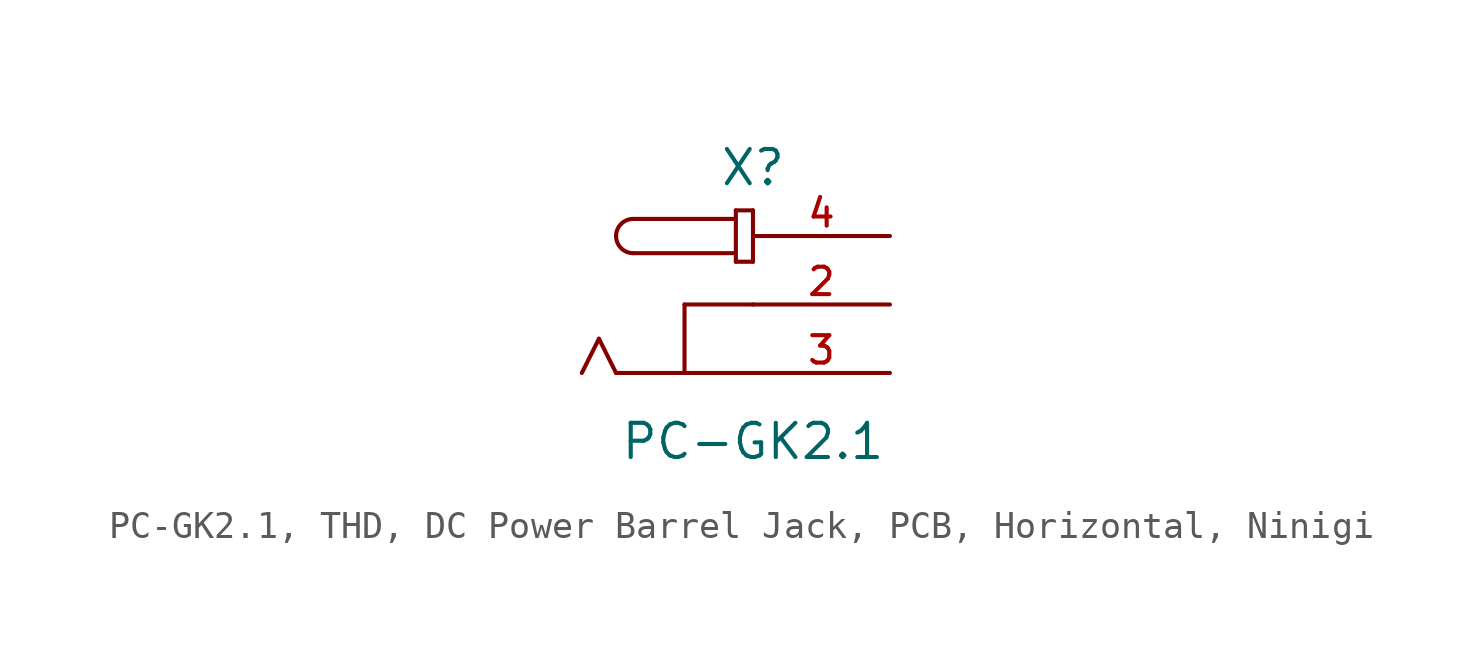
<source format=kicad_sym>
(kicad_symbol_lib
  (version 20241209)
  (generator "kicad_symbol_editor")
  (generator_version "9.0")
  (symbol "PC-GK2.1, THD, DC Power Barrel Jack, PCB, Horizontal, Ninigi"
    (pin_names
      (offset 0.254))
    (property "Reference" "X"
      (at 0 5.08 0)
      (effects (font (size 1.27 1.27))))
    (property "Value" "PC-GK2.1"
      (at 0 -5.08 0)
      (effects (font (size 1.27 1.27))))
    (property "Label" ""
      (at 0 0 0)
      (effects (font (size 1.27 1.27) (thickness 0.254) (bold yes))))
    (symbol "PC-GK2.1, THD, DC Power Barrel Jack, PCB, Horizontal, Ninigi_0_0"
      (polyline (pts (xy -5.715 -1.27) (xy -6.35 -2.54)) (stroke (width 0) (type default)) (fill (type none)))
      (polyline (pts (xy -5.08 -2.54) (xy -5.715 -1.27)) (stroke (width 0) (type default)) (fill (type none)))
      (arc (start -5.08 2.54) (mid -4.894 2.989) (end -4.445 3.175) (stroke (width 0) (type default)) (fill (type none)))
      (arc (start -4.445 1.905) (mid -4.894 2.091) (end -5.08 2.54) (stroke (width 0) (type default)) (fill (type none)))
      (polyline (pts (xy -4.445 1.905) (xy -0.635 1.905)) (stroke (width 0) (type default)) (fill (type none)))
      (polyline (pts (xy -2.54 0) (xy -2.54 -2.54)) (stroke (width 0) (type default)) (fill (type none)))
      (polyline (pts (xy -2.54 -2.54) (xy -5.08 -2.54)) (stroke (width 0) (type default)) (fill (type none)))
      (polyline (pts (xy -0.635 3.493) (xy 0 3.493)) (stroke (width 0) (type default)) (fill (type none)))
      (polyline (pts (xy -0.635 3.175) (xy -4.445 3.175)) (stroke (width 0) (type default)) (fill (type none)))
      (polyline (pts (xy -0.635 3.175) (xy -0.635 3.493)) (stroke (width 0) (type default)) (fill (type none)))
      (polyline (pts (xy -0.635 1.905) (xy -0.635 3.175)) (stroke (width 0) (type default)) (fill (type none)))
      (polyline (pts (xy -0.635 1.587) (xy -0.635 1.905)) (stroke (width 0) (type default)) (fill (type none)))
      (polyline (pts (xy 0 3.493) (xy 0 1.587)) (stroke (width 0) (type default)) (fill (type none)))
      (polyline (pts (xy 0 1.587) (xy -0.635 1.587)) (stroke (width 0) (type default)) (fill (type none)))
      (polyline (pts (xy 0 0) (xy -2.54 0)) (stroke (width 0) (type default)) (fill (type none)))
      (polyline (pts (xy 0 -2.54) (xy -2.54 -2.54)) (stroke (width 0) (type default)) (fill (type none))))
    (symbol "PC-GK2.1, THD, DC Power Barrel Jack, PCB, Horizontal, Ninigi_1_0"
      (pin passive line (at 5.08 2.54 180) (length 5.08) (name "~" (effects (font (size 1.016 1.016)))) (number "4" (effects (font (size 1.016 1.016)))))
      (pin passive line (at 5.08 0 180) (length 5.08) (name "~" (effects (font (size 1.016 1.016)))) (number "2" (effects (font (size 1.016 1.016)))))
      (pin passive line (at 5.08 -2.54 180) (length 5.08) (name "~" (effects (font (size 1.016 1.016)))) (number "3" (effects (font (size 1.016 1.016))))))))
</source>
